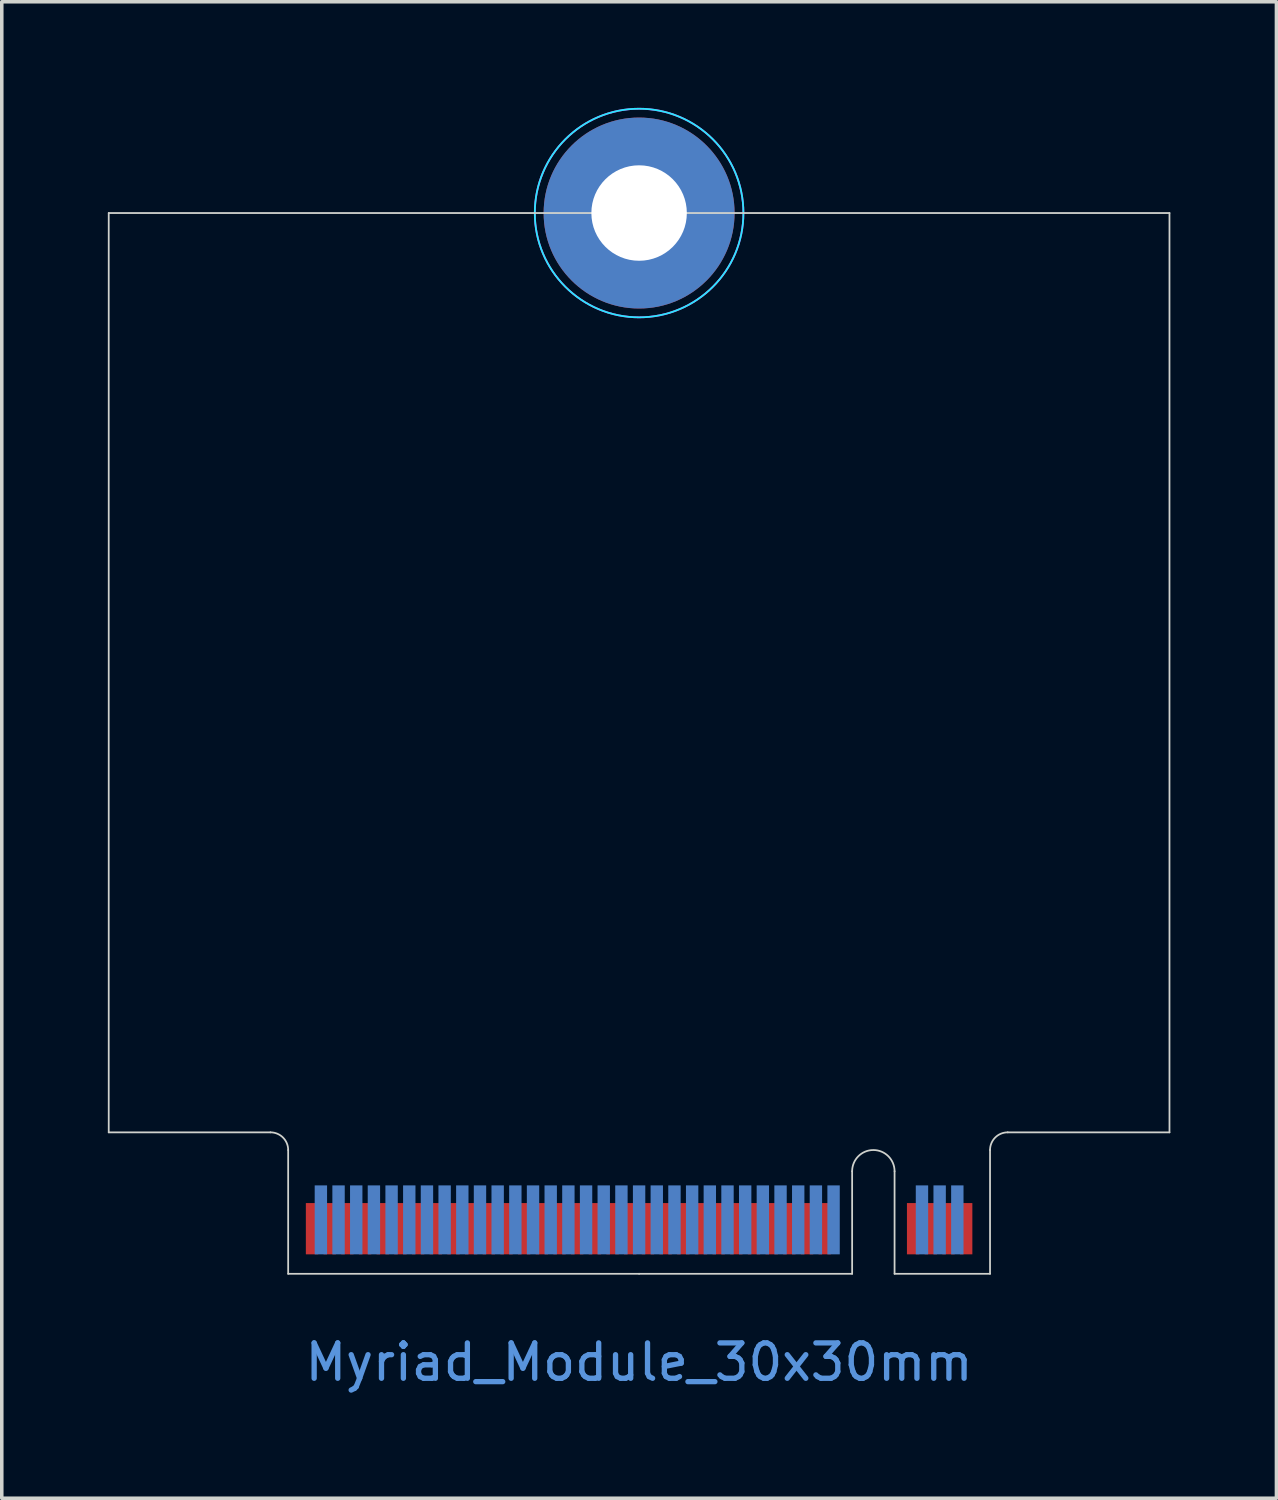
<source format=kicad_pcb>
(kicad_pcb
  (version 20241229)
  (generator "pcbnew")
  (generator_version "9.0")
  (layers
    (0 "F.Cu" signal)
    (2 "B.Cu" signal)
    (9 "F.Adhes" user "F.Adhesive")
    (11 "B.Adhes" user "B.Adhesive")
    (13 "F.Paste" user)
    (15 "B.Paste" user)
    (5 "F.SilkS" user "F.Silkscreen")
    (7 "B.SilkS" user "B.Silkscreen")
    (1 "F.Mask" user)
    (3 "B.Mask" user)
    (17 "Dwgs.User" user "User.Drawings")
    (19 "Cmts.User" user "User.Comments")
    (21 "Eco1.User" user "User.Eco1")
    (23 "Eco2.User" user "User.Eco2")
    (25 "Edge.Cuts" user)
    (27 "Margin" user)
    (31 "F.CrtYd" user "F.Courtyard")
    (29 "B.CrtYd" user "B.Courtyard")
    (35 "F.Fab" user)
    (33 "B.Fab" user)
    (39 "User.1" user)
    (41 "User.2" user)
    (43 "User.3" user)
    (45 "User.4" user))
  (footprint "Myriad_Module_30x30mm"
    (layer "F.Cu")
    (at 15.025 32.975)
    (property "Reference" "Myriad_Module_30x30mm" (at 0 2.5 0) (layer "Cmts.User") (effects (font (size 1 1) (thickness 0.15))))
    (attr exclude_from_pos_files exclude_from_bom)
    (fp_poly (pts (xy -9.925 0) (xy 6.025 0) (xy 6.025 -2) (xy -9.925 -2)) (stroke (width 0.1) (type solid)) (fill yes) (layer "F.Mask"))
    (fp_poly (pts (xy 7.225 0) (xy 9.925 0) (xy 9.925 -2) (xy 7.225 -2)) (stroke (width 0.1) (type solid)) (fill yes) (layer "F.Mask"))
    (fp_poly (pts (xy -9.925 0) (xy 6.025 0) (xy 6.025 -2.5) (xy -9.925 -2.5)) (stroke (width 0.1) (type solid)) (fill yes) (layer "B.Mask"))
    (fp_poly (pts (xy 7.225 0) (xy 9.925 0) (xy 9.925 -2.5) (xy 7.225 -2.5)) (stroke (width 0.1) (type solid)) (fill yes) (layer "B.Mask"))
    (fp_line (start -15 -30) (end 15 -30) (stroke (width 0.05) (type solid)) (layer "Edge.Cuts"))
    (fp_line (start -15 -4) (end -15 -30) (stroke (width 0.05) (type solid)) (layer "Edge.Cuts"))
    (fp_line (start -15 -4) (end -10.425 -4) (stroke (width 0.05) (type solid)) (layer "Edge.Cuts"))
    (fp_line (start -9.925 -3.5) (end -9.925 0) (stroke (width 0.05) (type solid)) (layer "Edge.Cuts"))
    (fp_line (start -9.925 0) (end 0 0) (stroke (width 0.05) (type solid)) (layer "Edge.Cuts"))
    (fp_line (start 0 0) (end 6.025 0) (stroke (width 0.05) (type solid)) (layer "Edge.Cuts"))
    (fp_line (start 6.025 0) (end 6.025 -2.9) (stroke (width 0.05) (type solid)) (layer "Edge.Cuts"))
    (fp_line (start 7.225 -2.9) (end 7.225 0) (stroke (width 0.05) (type solid)) (layer "Edge.Cuts"))
    (fp_line (start 7.225 0) (end 9.925 0) (stroke (width 0.05) (type solid)) (layer "Edge.Cuts"))
    (fp_line (start 9.925 0) (end 9.925 -3.5) (stroke (width 0.05) (type solid)) (layer "Edge.Cuts"))
    (fp_line (start 10.425 -4) (end 15 -4) (stroke (width 0.05) (type solid)) (layer "Edge.Cuts"))
    (fp_line (start 15 -4) (end 15 -30) (stroke (width 0.05) (type solid)) (layer "Edge.Cuts"))
    (fp_arc (start -10.425 -4) (mid -10.071447 -3.853553) (end -9.925 -3.5) (stroke (width 0.05) (type solid)) (layer "Edge.Cuts"))
    (fp_arc (start 6.025 -2.9) (mid 6.625 -3.5) (end 7.225 -2.9) (stroke (width 0.05) (type solid)) (layer "Edge.Cuts"))
    (fp_arc (start 9.925 -3.5) (mid 10.071447 -3.853553) (end 10.425 -4) (stroke (width 0.05) (type solid)) (layer "Edge.Cuts"))
    (fp_circle (center 0 -30) (end 2.95 -30) (stroke (width 0.05) (type solid)) (fill no) (layer "B.CrtYd"))
    (fp_circle (center 0 -30) (end 2.95 -30) (stroke (width 0.05) (type solid)) (fill no) (layer "F.CrtYd"))
    (pad "1" smd rect (at 9.25 -1.275) (size 0.35 1.45) (layers "F.Cu"))
    (pad "2" thru_hole circle (at 0 -30) (size 5.4 5.4) (drill 2.7) (layers "*.Cu" "*.Mask"))
    (pad "2" smd rect (at 9 -1.525) (size 0.35 1.95) (layers "B.Cu"))
    (pad "3" smd rect (at 8.75 -1.275) (size 0.35 1.45) (layers "F.Cu"))
    (pad "4" smd rect (at 8.5 -1.525) (size 0.35 1.95) (layers "B.Cu"))
    (pad "5" smd rect (at 8.25 -1.275) (size 0.35 1.45) (layers "F.Cu"))
    (pad "6" smd rect (at 8 -1.525) (size 0.35 1.95) (layers "B.Cu"))
    (pad "7" smd rect (at 7.75 -1.275) (size 0.35 1.45) (layers "F.Cu"))
    (pad "16" smd rect (at 5.5 -1.525) (size 0.35 1.95) (layers "B.Cu"))
    (pad "17" smd rect (at 5.25 -1.275) (size 0.35 1.45) (layers "F.Cu"))
    (pad "18" smd rect (at 5 -1.525) (size 0.35 1.95) (layers "B.Cu"))
    (pad "19" smd rect (at 4.75 -1.275) (size 0.35 1.45) (layers "F.Cu"))
    (pad "20" smd rect (at 4.5 -1.525) (size 0.35 1.95) (layers "B.Cu"))
    (pad "21" smd rect (at 4.25 -1.275) (size 0.35 1.45) (layers "F.Cu"))
    (pad "22" smd rect (at 4 -1.525) (size 0.35 1.95) (layers "B.Cu"))
    (pad "23" smd rect (at 3.75 -1.275) (size 0.35 1.45) (layers "F.Cu"))
    (pad "24" smd rect (at 3.5 -1.525) (size 0.35 1.95) (layers "B.Cu"))
    (pad "25" smd rect (at 3.25 -1.275) (size 0.35 1.45) (layers "F.Cu"))
    (pad "26" smd rect (at 3 -1.525) (size 0.35 1.95) (layers "B.Cu"))
    (pad "27" smd rect (at 2.75 -1.275) (size 0.35 1.45) (layers "F.Cu"))
    (pad "28" smd rect (at 2.5 -1.525) (size 0.35 1.95) (layers "B.Cu"))
    (pad "29" smd rect (at 2.25 -1.275) (size 0.35 1.45) (layers "F.Cu"))
    (pad "30" smd rect (at 2 -1.525) (size 0.35 1.95) (layers "B.Cu"))
    (pad "31" smd rect (at 1.75 -1.275) (size 0.35 1.45) (layers "F.Cu"))
    (pad "32" smd rect (at 1.5 -1.525) (size 0.35 1.95) (layers "B.Cu"))
    (pad "33" smd rect (at 1.25 -1.275) (size 0.35 1.45) (layers "F.Cu"))
    (pad "34" smd rect (at 1 -1.525) (size 0.35 1.95) (layers "B.Cu"))
    (pad "35" smd rect (at 0.75 -1.275) (size 0.35 1.45) (layers "F.Cu"))
    (pad "36" smd rect (at 0.5 -1.525) (size 0.35 1.95) (layers "B.Cu"))
    (pad "37" smd rect (at 0.25 -1.275) (size 0.35 1.45) (layers "F.Cu"))
    (pad "38" smd rect (at 0 -1.525) (size 0.35 1.95) (layers "B.Cu"))
    (pad "39" smd rect (at -0.25 -1.275) (size 0.35 1.45) (layers "F.Cu"))
    (pad "40" smd rect (at -0.5 -1.525) (size 0.35 1.95) (layers "B.Cu"))
    (pad "41" smd rect (at -0.75 -1.275) (size 0.35 1.45) (layers "F.Cu"))
    (pad "42" smd rect (at -1 -1.525) (size 0.35 1.95) (layers "B.Cu"))
    (pad "43" smd rect (at -1.25 -1.275) (size 0.35 1.45) (layers "F.Cu"))
    (pad "44" smd rect (at -1.5 -1.525) (size 0.35 1.95) (layers "B.Cu"))
    (pad "45" smd rect (at -1.75 -1.275) (size 0.35 1.45) (layers "F.Cu"))
    (pad "46" smd rect (at -2 -1.525) (size 0.35 1.95) (layers "B.Cu"))
    (pad "47" smd rect (at -2.25 -1.275) (size 0.35 1.45) (layers "F.Cu"))
    (pad "48" smd rect (at -2.5 -1.525) (size 0.35 1.95) (layers "B.Cu"))
    (pad "49" smd rect (at -2.75 -1.275) (size 0.35 1.45) (layers "F.Cu"))
    (pad "50" smd rect (at -3 -1.525) (size 0.35 1.95) (layers "B.Cu"))
    (pad "51" smd rect (at -3.25 -1.275) (size 0.35 1.45) (layers "F.Cu"))
    (pad "52" smd rect (at -3.5 -1.525) (size 0.35 1.95) (layers "B.Cu"))
    (pad "53" smd rect (at -3.75 -1.275) (size 0.35 1.45) (layers "F.Cu"))
    (pad "54" smd rect (at -4 -1.525) (size 0.35 1.95) (layers "B.Cu"))
    (pad "55" smd rect (at -4.25 -1.275) (size 0.35 1.45) (layers "F.Cu"))
    (pad "56" smd rect (at -4.5 -1.525) (size 0.35 1.95) (layers "B.Cu"))
    (pad "57" smd rect (at -4.75 -1.275) (size 0.35 1.45) (layers "F.Cu"))
    (pad "58" smd rect (at -5 -1.525) (size 0.35 1.95) (layers "B.Cu"))
    (pad "59" smd rect (at -5.25 -1.275) (size 0.35 1.45) (layers "F.Cu"))
    (pad "60" smd rect (at -5.5 -1.525) (size 0.35 1.95) (layers "B.Cu"))
    (pad "61" smd rect (at -5.75 -1.275) (size 0.35 1.45) (layers "F.Cu"))
    (pad "62" smd rect (at -6 -1.525) (size 0.35 1.95) (layers "B.Cu"))
    (pad "63" smd rect (at -6.25 -1.275) (size 0.35 1.45) (layers "F.Cu"))
    (pad "64" smd rect (at -6.5 -1.525) (size 0.35 1.95) (layers "B.Cu"))
    (pad "65" smd rect (at -6.75 -1.275) (size 0.35 1.45) (layers "F.Cu"))
    (pad "66" smd rect (at -7 -1.525) (size 0.35 1.95) (layers "B.Cu"))
    (pad "67" smd rect (at -7.25 -1.275) (size 0.35 1.45) (layers "F.Cu"))
    (pad "68" smd rect (at -7.5 -1.525) (size 0.35 1.95) (layers "B.Cu"))
    (pad "69" smd rect (at -7.75 -1.275) (size 0.35 1.45) (layers "F.Cu"))
    (pad "70" smd rect (at -8 -1.525) (size 0.35 1.95) (layers "B.Cu"))
    (pad "71" smd rect (at -8.25 -1.275) (size 0.35 1.45) (layers "F.Cu"))
    (pad "72" smd rect (at -8.5 -1.525) (size 0.35 1.95) (layers "B.Cu"))
    (pad "73" smd rect (at -8.75 -1.275) (size 0.35 1.45) (layers "F.Cu"))
    (pad "74" smd rect (at -9 -1.525) (size 0.35 1.95) (layers "B.Cu"))
    (pad "75" smd rect (at -9.25 -1.275) (size 0.35 1.45) (layers "F.Cu")))
  (gr_rect
    (start -3 -3)
    (end 33.05 39.323)
    (stroke (width 0.1) (type default))
    (fill no)
    (layer "Edge.Cuts")))
</source>
